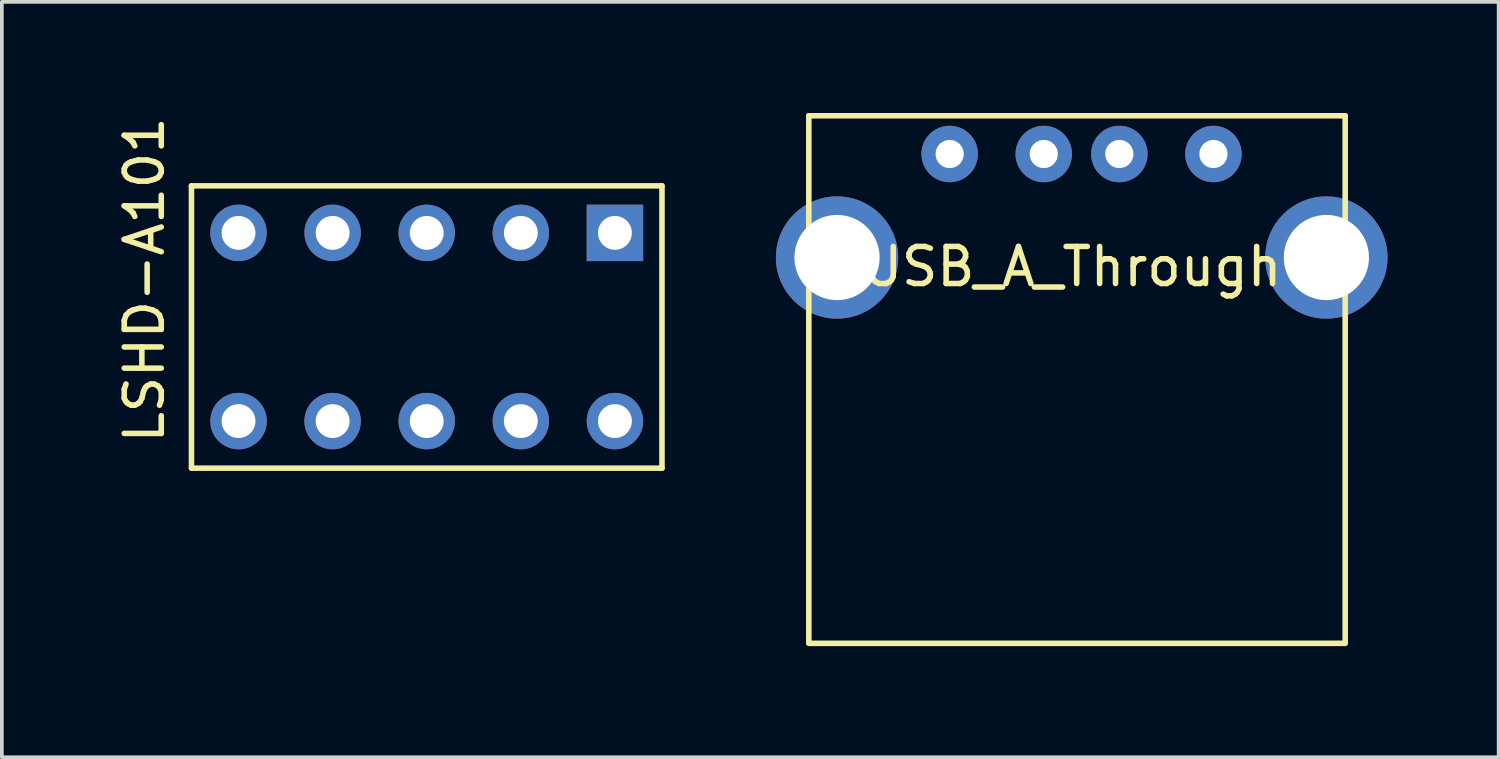
<source format=kicad_pcb>
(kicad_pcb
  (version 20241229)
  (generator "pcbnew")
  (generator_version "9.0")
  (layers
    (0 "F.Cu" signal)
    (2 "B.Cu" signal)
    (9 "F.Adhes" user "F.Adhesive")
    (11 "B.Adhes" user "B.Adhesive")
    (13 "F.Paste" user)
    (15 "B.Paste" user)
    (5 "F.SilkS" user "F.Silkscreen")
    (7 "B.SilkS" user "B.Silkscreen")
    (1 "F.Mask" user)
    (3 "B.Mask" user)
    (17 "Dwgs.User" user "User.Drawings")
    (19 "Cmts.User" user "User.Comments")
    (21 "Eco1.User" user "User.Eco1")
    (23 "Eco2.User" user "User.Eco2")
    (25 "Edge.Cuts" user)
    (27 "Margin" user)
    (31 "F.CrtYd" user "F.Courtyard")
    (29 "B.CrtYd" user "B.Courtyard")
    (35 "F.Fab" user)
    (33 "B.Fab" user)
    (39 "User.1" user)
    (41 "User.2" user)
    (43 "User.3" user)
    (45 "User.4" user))
  (footprint "LSHD-A101"
    (layer "F.Cu")
    (at 8.468 5.776)
    (property "Reference" "LSHD-A101" (at -7.62 -1.27 270) (layer "F.SilkS") (effects (font (size 1 1) (thickness 0.15))))
    (attr through_hole)
    (fp_line (start -6.35 -3.81) (end -6.35 3.81) (stroke (width 0.15) (type solid)) (layer "F.SilkS"))
    (fp_line (start -6.35 3.81) (end 6.35 3.81) (stroke (width 0.15) (type solid)) (layer "F.SilkS"))
    (fp_line (start 6.35 -3.81) (end -6.35 -3.81) (stroke (width 0.15) (type solid)) (layer "F.SilkS"))
    (fp_line (start 6.35 3.81) (end 6.35 -3.81) (stroke (width 0.15) (type solid)) (layer "F.SilkS"))
    (pad "1" thru_hole rect (at 5.08 -2.54 270) (size 1.524 1.524) (drill 0.914) (layers "*.Cu" "*.Mask"))
    (pad "2" thru_hole circle (at 2.54 -2.54 270) (size 1.524 1.524) (drill 0.914) (layers "*.Cu" "*.Mask"))
    (pad "3" thru_hole circle (at 0 -2.54 270) (size 1.524 1.524) (drill 0.914) (layers "*.Cu" "*.Mask"))
    (pad "4" thru_hole circle (at -2.54 -2.54 270) (size 1.524 1.524) (drill 0.914) (layers "*.Cu" "*.Mask"))
    (pad "5" thru_hole circle (at -5.08 -2.54 270) (size 1.524 1.524) (drill 0.914) (layers "*.Cu" "*.Mask"))
    (pad "6" thru_hole circle (at -5.08 2.54 270) (size 1.524 1.524) (drill 0.914) (layers "*.Cu" "*.Mask"))
    (pad "7" thru_hole circle (at -2.54 2.54 270) (size 1.524 1.524) (drill 0.914) (layers "*.Cu" "*.Mask"))
    (pad "8" thru_hole circle (at 0 2.54 270) (size 1.524 1.524) (drill 0.914) (layers "*.Cu" "*.Mask"))
    (pad "9" thru_hole circle (at 2.54 2.54 270) (size 1.524 1.524) (drill 0.914) (layers "*.Cu" "*.Mask"))
    (pad "10" thru_hole circle (at 5.08 2.54 270) (size 1.524 1.524) (drill 0.914) (layers "*.Cu" "*.Mask")))
  (footprint "USB_A_Through"
    (layer "F.Cu")
    (at 25.893 3.647)
    (property "Reference" "USB_A_Through" (at 0 0.5 0) (layer "F.SilkS") (effects (font (size 1 1) (thickness 0.15))))
    (attr through_hole)
    (fp_line (start -7.112 -3.572) (end -7.112 10.652) (stroke (width 0.15) (type solid)) (layer "F.SilkS"))
    (fp_line (start -7.112 -3.572) (end 7.366 -3.572) (stroke (width 0.15) (type solid)) (layer "F.SilkS"))
    (fp_line (start -7.112 10.668) (end 7.366 10.668) (stroke (width 0.15) (type solid)) (layer "F.SilkS"))
    (fp_line (start 7.366 -3.572) (end 7.366 10.652) (stroke (width 0.15) (type solid)) (layer "F.SilkS"))
    (pad "1" thru_hole circle (at -3.31 -2.54) (size 1.524 1.524) (drill 0.762) (layers "*.Cu" "*.Mask"))
    (pad "2" thru_hole circle (at -0.77 -2.54) (size 1.524 1.524) (drill 0.762) (layers "*.Cu" "*.Mask"))
    (pad "3" thru_hole circle (at 1.27 -2.54) (size 1.524 1.524) (drill 0.762) (layers "*.Cu" "*.Mask"))
    (pad "4" thru_hole circle (at 3.81 -2.54) (size 1.524 1.524) (drill 0.762) (layers "*.Cu" "*.Mask"))
    (pad "5" thru_hole circle (at -6.35 0.254) (size 3.3 3.3) (drill 2.3) (layers "*.Cu" "*.Mask"))
    (pad "5" thru_hole circle (at 6.858 0.254) (size 3.3 3.3) (drill 2.3) (layers "*.Cu" "*.Mask")))
  (gr_rect
    (start -3 -3)
    (end 37.401 17.39)
    (stroke (width 0.1) (type default))
    (fill no)
    (layer "Edge.Cuts")))
</source>
